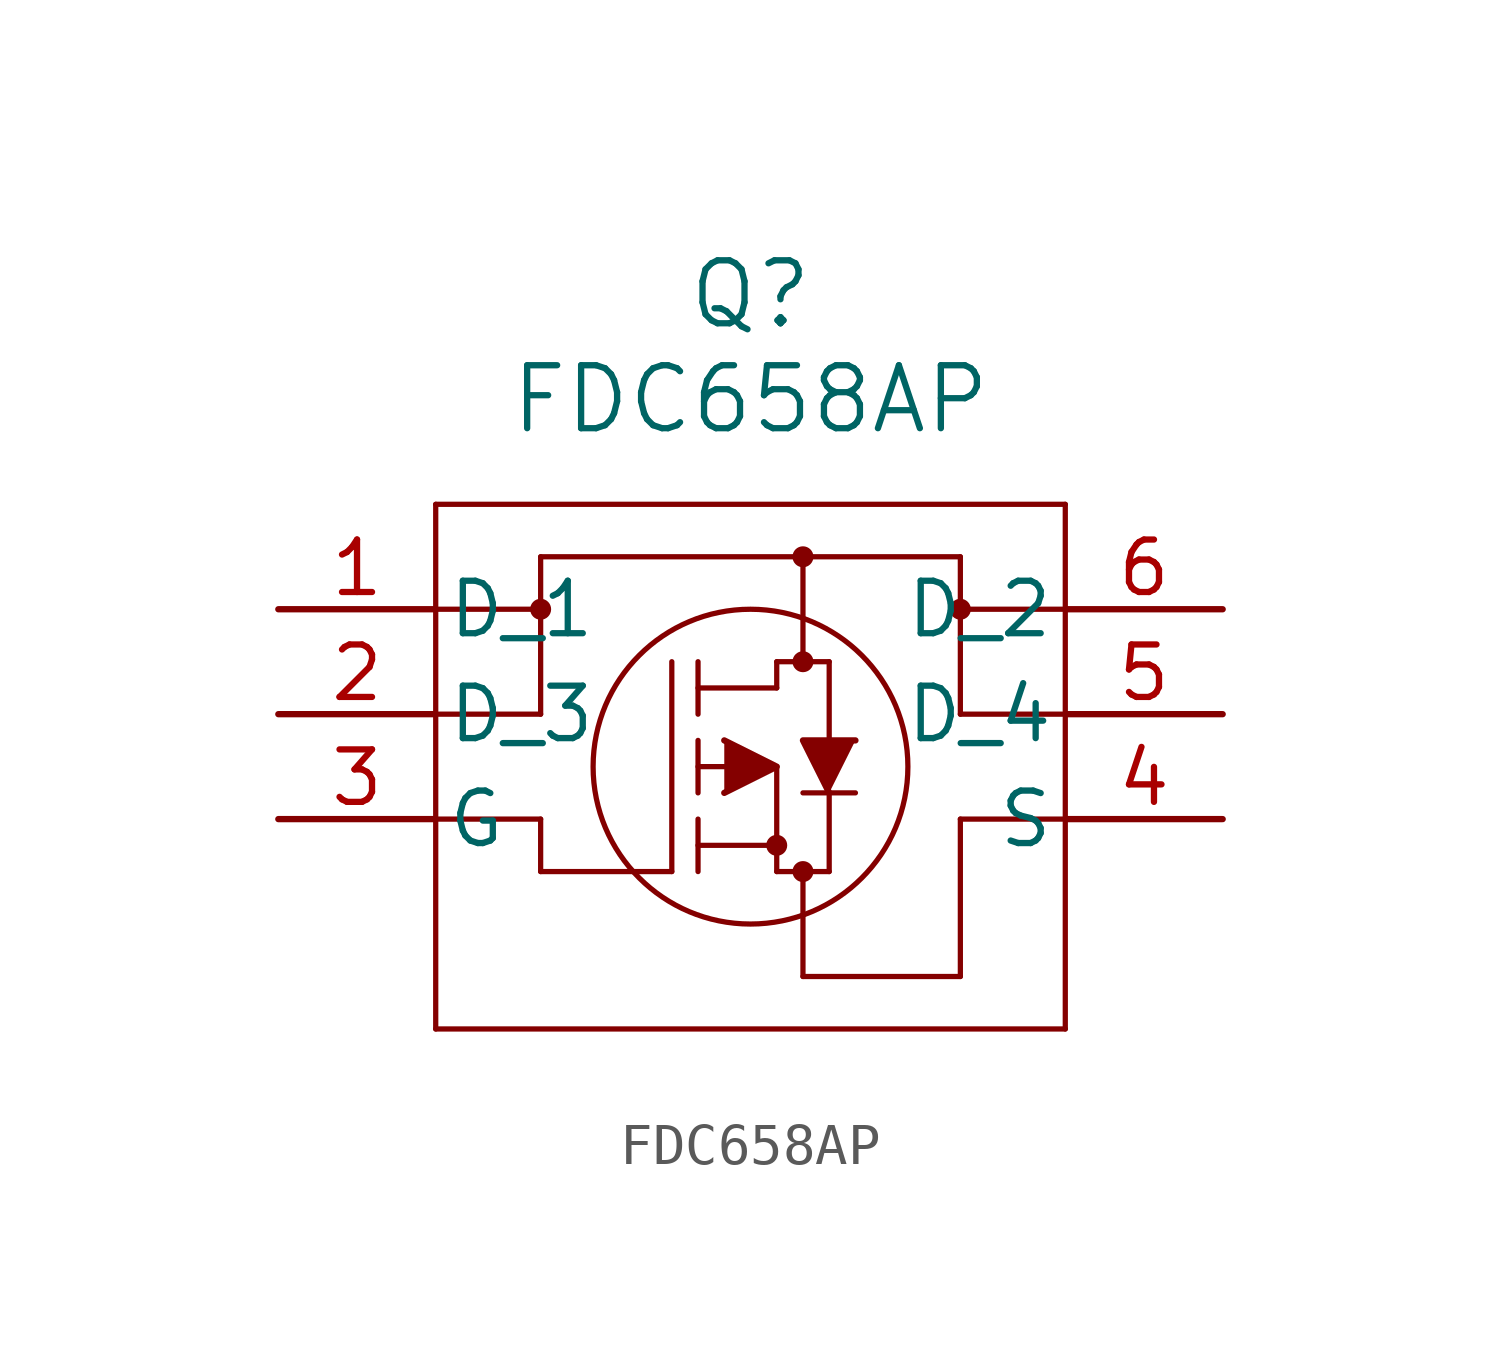
<source format=kicad_sym>
(kicad_symbol_lib
  (version 20241209)
  (generator "kicad_symbol_editor")
  (generator_version "9.0")
  (symbol "FDC658AP"
    (pin_names
      (offset 0.254))
    (property "Reference" "Q"
      (at 15.24 7.62 0)
      (effects (font (size 1.524 1.524))))
    (property "Value" "FDC658AP"
      (at 15.24 5.08 0)
      (effects (font (size 1.524 1.524))))
    (property "ki_locked" ""
      (at 0 0 0)
      (effects (font (size 1.27 1.27))))
    (symbol "FDC658AP_0_1"
      (polyline (pts (xy 7.62 2.54) (xy 7.62 -10.16)) (stroke (width 0.127) (type default)) (fill (type none)))
      (polyline (pts (xy 7.62 0) (xy 10.16 0)) (stroke (width 0.127) (type default)) (fill (type none)))
      (polyline (pts (xy 7.62 -2.54) (xy 10.16 -2.54)) (stroke (width 0.127) (type default)) (fill (type none)))
      (polyline (pts (xy 7.62 -10.16) (xy 22.86 -10.16)) (stroke (width 0.127) (type default)) (fill (type none)))
      (polyline (pts (xy 10.16 1.27) (xy 10.16 -2.54)) (stroke (width 0.127) (type default)) (fill (type none)))
      (circle (center 10.16 0) (radius 0.127) (stroke (width 0.254) (type default)) (fill (type none)))
      (polyline (pts (xy 10.16 -5.08) (xy 7.62 -5.08)) (stroke (width 0.127) (type default)) (fill (type none)))
      (polyline (pts (xy 10.16 -6.35) (xy 10.16 -5.08)) (stroke (width 0.127) (type default)) (fill (type none)))
      (polyline (pts (xy 13.335 -6.35) (xy 10.16 -6.35)) (stroke (width 0.127) (type default)) (fill (type none)))
      (polyline (pts (xy 13.335 -6.35) (xy 13.335 -1.27)) (stroke (width 0.127) (type default)) (fill (type none)))
      (polyline (pts (xy 13.97 -1.905) (xy 15.875 -1.905)) (stroke (width 0.127) (type default)) (fill (type none)))
      (polyline (pts (xy 13.97 -2.54) (xy 13.97 -1.27)) (stroke (width 0.127) (type default)) (fill (type none)))
      (polyline (pts (xy 13.97 -4.445) (xy 13.97 -3.175)) (stroke (width 0.127) (type default)) (fill (type none)))
      (polyline (pts (xy 13.97 -5.715) (xy 15.875 -5.715)) (stroke (width 0.127) (type default)) (fill (type none)))
      (polyline (pts (xy 13.97 -6.35) (xy 13.97 -5.08)) (stroke (width 0.127) (type default)) (fill (type none)))
      (polyline (pts (xy 14.605 -4.445) (xy 15.875 -3.81) (xy 14.605 -3.175)) (stroke (width 0) (type default)) (fill (type outline)))
      (polyline (pts (xy 15.24 -3.81) (xy 13.97 -3.81)) (stroke (width 0.127) (type default)) (fill (type none)))
      (circle (center 15.24 -3.81) (radius 3.81) (stroke (width 0.127) (type default)) (fill (type none)))
      (polyline (pts (xy 15.875 -1.27) (xy 17.145 -1.27)) (stroke (width 0.127) (type default)) (fill (type none)))
      (polyline (pts (xy 15.875 -1.905) (xy 15.875 -1.27)) (stroke (width 0.127) (type default)) (fill (type none)))
      (circle (center 15.875 -5.715) (radius 0.127) (stroke (width 0.254) (type default)) (fill (type none)))
      (polyline (pts (xy 15.875 -6.35) (xy 15.875 -3.81)) (stroke (width 0.127) (type default)) (fill (type none)))
      (polyline (pts (xy 15.875 -6.35) (xy 17.145 -6.35)) (stroke (width 0.127) (type default)) (fill (type none)))
      (polyline (pts (xy 16.51 1.27) (xy 16.51 -1.27)) (stroke (width 0.127) (type default)) (fill (type none)))
      (circle (center 16.51 1.27) (radius 0.127) (stroke (width 0.254) (type default)) (fill (type none)))
      (circle (center 16.51 -1.27) (radius 0.127) (stroke (width 0.254) (type default)) (fill (type none)))
      (circle (center 16.51 -6.35) (radius 0.127) (stroke (width 0.254) (type default)) (fill (type none)))
      (polyline (pts (xy 16.51 -8.89) (xy 16.51 -6.35)) (stroke (width 0.127) (type default)) (fill (type none)))
      (polyline (pts (xy 17.145 -3.175) (xy 17.145 -1.27)) (stroke (width 0.127) (type default)) (fill (type none)))
      (polyline (pts (xy 17.145 -6.35) (xy 17.145 -4.445)) (stroke (width 0.127) (type default)) (fill (type none)))
      (polyline (pts (xy 17.78 -3.175) (xy 16.51 -3.175) (xy 17.145 -4.445)) (stroke (width 0) (type default)) (fill (type outline)))
      (polyline (pts (xy 17.78 -4.445) (xy 16.51 -4.445)) (stroke (width 0.127) (type default)) (fill (type none)))
      (polyline (pts (xy 20.32 1.27) (xy 10.16 1.27)) (stroke (width 0.127) (type default)) (fill (type none)))
      (circle (center 20.32 0) (radius 0.127) (stroke (width 0.254) (type default)) (fill (type none)))
      (polyline (pts (xy 20.32 -2.54) (xy 20.32 1.27)) (stroke (width 0.127) (type default)) (fill (type none)))
      (polyline (pts (xy 20.32 -5.08) (xy 20.32 -8.89)) (stroke (width 0.127) (type default)) (fill (type none)))
      (polyline (pts (xy 20.32 -8.89) (xy 16.51 -8.89)) (stroke (width 0.127) (type default)) (fill (type none)))
      (polyline (pts (xy 22.86 2.54) (xy 7.62 2.54)) (stroke (width 0.127) (type default)) (fill (type none)))
      (polyline (pts (xy 22.86 0) (xy 20.32 0)) (stroke (width 0.127) (type default)) (fill (type none)))
      (polyline (pts (xy 22.86 -2.54) (xy 20.32 -2.54)) (stroke (width 0.127) (type default)) (fill (type none)))
      (polyline (pts (xy 22.86 -5.08) (xy 20.32 -5.08)) (stroke (width 0.127) (type default)) (fill (type none)))
      (polyline (pts (xy 22.86 -10.16) (xy 22.86 2.54)) (stroke (width 0.127) (type default)) (fill (type none))))
    (symbol "FDC658AP_1_1"
      (pin unspecified line (at 3.81 0 0) (length 3.81) (name "D_1" (effects (font (size 1.27 1.27)))) (number "1" (effects (font (size 1.27 1.27)))))
      (pin unspecified line (at 3.81 -2.54 0) (length 3.81) (name "D_3" (effects (font (size 1.27 1.27)))) (number "2" (effects (font (size 1.27 1.27)))))
      (pin unspecified line (at 3.81 -5.08 0) (length 3.81) (name "G" (effects (font (size 1.27 1.27)))) (number "3" (effects (font (size 1.27 1.27)))))
      (pin unspecified line (at 26.67 0 180) (length 3.81) (name "D_2" (effects (font (size 1.27 1.27)))) (number "6" (effects (font (size 1.27 1.27)))))
      (pin unspecified line (at 26.67 -2.54 180) (length 3.81) (name "D_4" (effects (font (size 1.27 1.27)))) (number "5" (effects (font (size 1.27 1.27)))))
      (pin unspecified line (at 26.67 -5.08 180) (length 3.81) (name "S" (effects (font (size 1.27 1.27)))) (number "4" (effects (font (size 1.27 1.27))))))))
</source>
